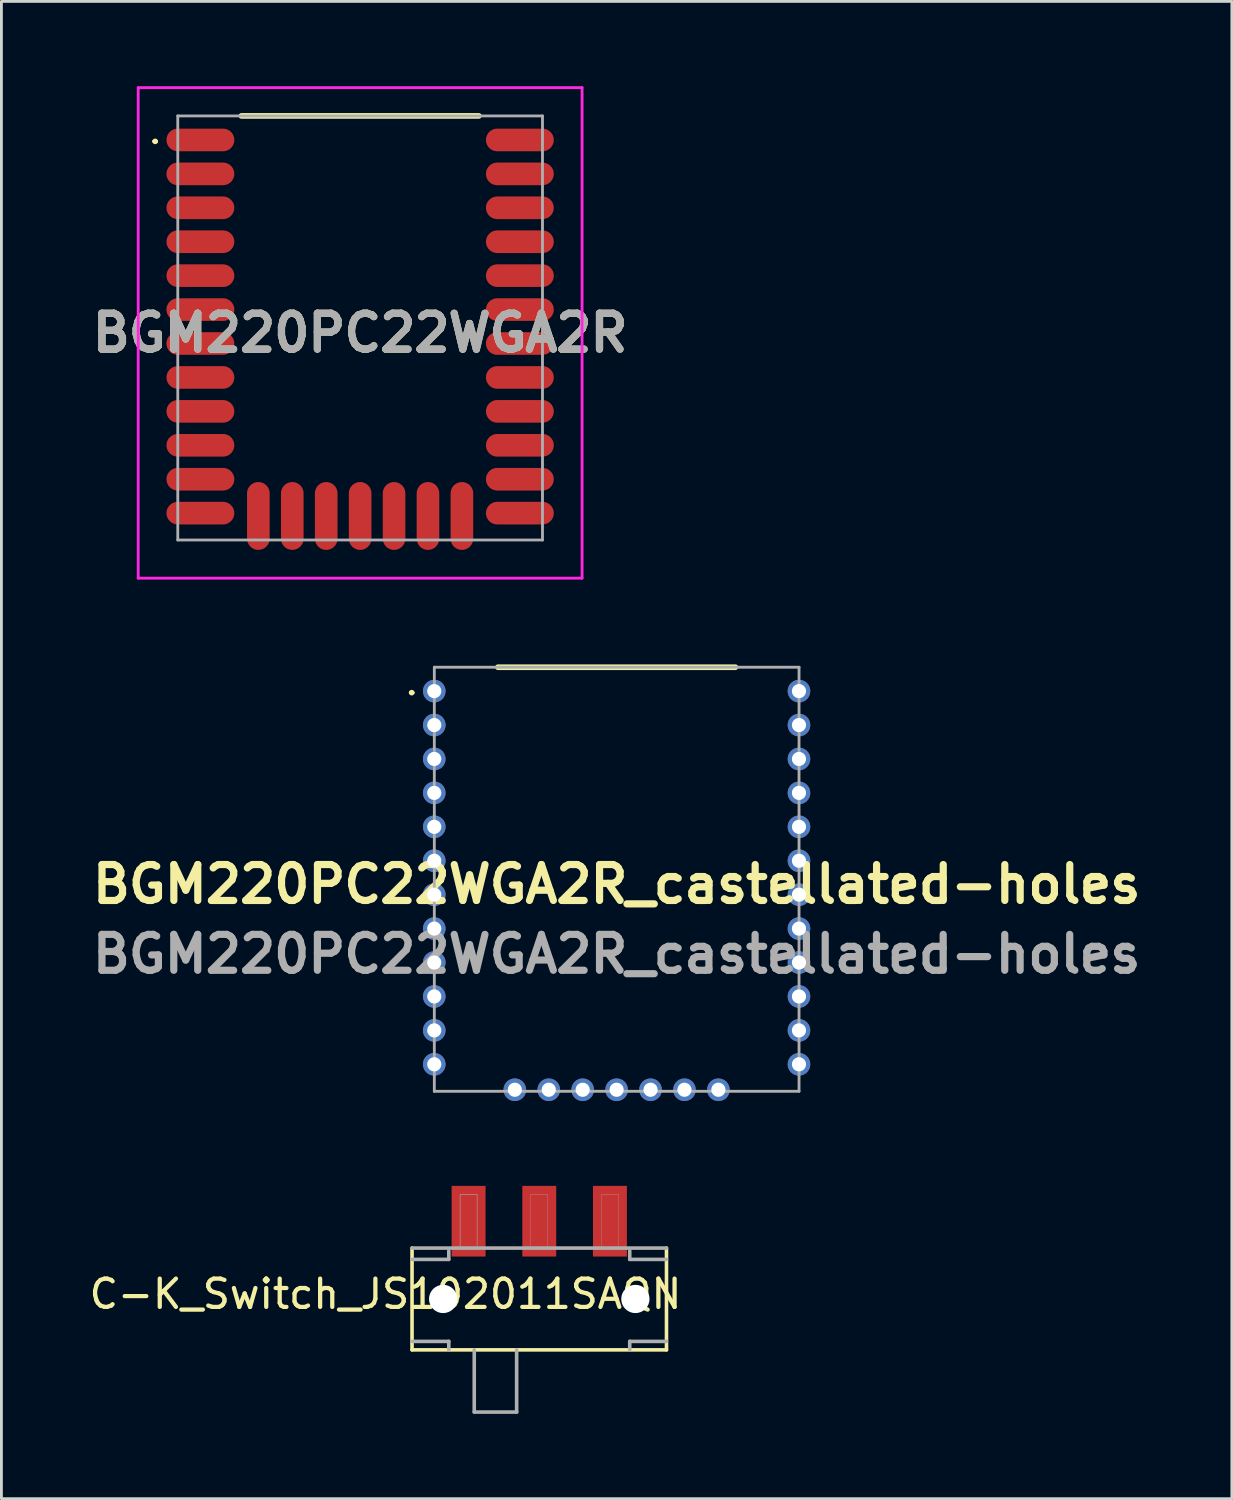
<source format=kicad_pcb>
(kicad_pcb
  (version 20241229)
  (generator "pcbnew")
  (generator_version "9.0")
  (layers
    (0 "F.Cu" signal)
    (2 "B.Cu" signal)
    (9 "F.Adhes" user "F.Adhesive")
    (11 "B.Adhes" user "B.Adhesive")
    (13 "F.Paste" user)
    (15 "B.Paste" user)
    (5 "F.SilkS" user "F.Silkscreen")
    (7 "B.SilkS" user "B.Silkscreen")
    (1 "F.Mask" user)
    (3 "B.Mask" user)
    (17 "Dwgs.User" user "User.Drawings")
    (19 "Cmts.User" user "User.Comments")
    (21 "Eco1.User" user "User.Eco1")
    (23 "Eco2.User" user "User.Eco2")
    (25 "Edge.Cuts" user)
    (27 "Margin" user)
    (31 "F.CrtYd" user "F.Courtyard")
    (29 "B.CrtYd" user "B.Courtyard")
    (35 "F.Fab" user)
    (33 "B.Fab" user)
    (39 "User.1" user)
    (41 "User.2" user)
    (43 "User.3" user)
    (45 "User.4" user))
  (footprint "BGM220PC22WGA2R_castellated-holes"
    (layer "F.Cu")
    (at 15.16 35.495)
    (property "Reference" "BGM220PC22WGA2R_castellated-holes" (at 3.602 -7.27 0) (layer "F.SilkS") (effects (font (size 1.27 1.27) (thickness 0.254))))
    (attr smd)
    (fp_line (start -3.698 -14.045) (end -3.698 -14.045) (stroke (width 0.1) (type solid)) (layer "F.SilkS"))
    (fp_line (start -3.598 -14.045) (end -3.598 -14.045) (stroke (width 0.1) (type solid)) (layer "F.SilkS"))
    (fp_line (start -0.598 -14.945) (end 7.802 -14.945) (stroke (width 0.2) (type solid)) (layer "F.SilkS"))
    (fp_arc (start -3.6984 -14.0452) (mid -3.6484 -14.0952) (end -3.5984 -14.0452) (stroke (width 0.1) (type solid)) (layer "F.SilkS"))
    (fp_arc (start -3.5984 -14.0452) (mid -3.6484 -13.9952) (end -3.6984 -14.0452) (stroke (width 0.1) (type solid)) (layer "F.SilkS"))
    (fp_line (start -2.848 -14.945) (end 10.052 -14.945) (stroke (width 0.1) (type solid)) (layer "F.Fab"))
    (fp_line (start -2.848 0.055) (end -2.848 -14.945) (stroke (width 0.1) (type solid)) (layer "F.Fab"))
    (fp_line (start 10.052 -14.945) (end 10.052 0.055) (stroke (width 0.1) (type solid)) (layer "F.Fab"))
    (fp_line (start 10.052 0.055) (end -2.848 0.055) (stroke (width 0.1) (type solid)) (layer "F.Fab"))
    (fp_text user "${REFERENCE}" (at 3.6 -4.8 0) (layer "F.Fab") (effects (font (size 1.27 1.27) (thickness 0.254))))
    (pad "1" thru_hole circle (at -2.85 -14.1) (size 0.8 0.8) (drill 0.5) (layers "*.Cu" "*.Mask"))
    (pad "2" thru_hole circle (at -2.85 -12.9) (size 0.8 0.8) (drill 0.5) (layers "*.Cu" "*.Mask"))
    (pad "3" thru_hole circle (at -2.85 -11.7) (size 0.8 0.8) (drill 0.5) (layers "*.Cu" "*.Mask"))
    (pad "4" thru_hole circle (at -2.85 -10.5) (size 0.8 0.8) (drill 0.5) (layers "*.Cu" "*.Mask"))
    (pad "5" thru_hole circle (at -2.85 -9.3) (size 0.8 0.8) (drill 0.5) (layers "*.Cu" "*.Mask"))
    (pad "6" thru_hole circle (at -2.85 -8.1) (size 0.8 0.8) (drill 0.5) (layers "*.Cu" "*.Mask"))
    (pad "7" thru_hole circle (at -2.85 -6.9) (size 0.8 0.8) (drill 0.5) (layers "*.Cu" "*.Mask"))
    (pad "8" thru_hole circle (at -2.85 -5.7) (size 0.8 0.8) (drill 0.5) (layers "*.Cu" "*.Mask"))
    (pad "9" thru_hole circle (at -2.85 -4.5) (size 0.8 0.8) (drill 0.5) (layers "*.Cu" "*.Mask"))
    (pad "10" thru_hole circle (at -2.85 -3.3) (size 0.8 0.8) (drill 0.5) (layers "*.Cu" "*.Mask"))
    (pad "11" thru_hole circle (at -2.85 -2.1) (size 0.8 0.8) (drill 0.5) (layers "*.Cu" "*.Mask"))
    (pad "12" thru_hole circle (at -2.85 -0.9) (size 0.8 0.8) (drill 0.5) (layers "*.Cu" "*.Mask"))
    (pad "13" thru_hole circle (at 0 0) (size 0.8 0.8) (drill 0.5) (layers "*.Cu" "*.Mask"))
    (pad "14" thru_hole circle (at 1.2 0) (size 0.8 0.8) (drill 0.5) (layers "*.Cu" "*.Mask"))
    (pad "15" thru_hole circle (at 2.4 0) (size 0.8 0.8) (drill 0.5) (layers "*.Cu" "*.Mask"))
    (pad "16" thru_hole circle (at 3.6 0) (size 0.8 0.8) (drill 0.5) (layers "*.Cu" "*.Mask"))
    (pad "17" thru_hole circle (at 4.8 0) (size 0.8 0.8) (drill 0.5) (layers "*.Cu" "*.Mask"))
    (pad "18" thru_hole circle (at 6 0) (size 0.8 0.8) (drill 0.5) (layers "*.Cu" "*.Mask"))
    (pad "19" thru_hole circle (at 7.2 0) (size 0.8 0.8) (drill 0.5) (layers "*.Cu" "*.Mask"))
    (pad "20" thru_hole circle (at 10.05 -0.9) (size 0.8 0.8) (drill 0.5) (layers "*.Cu" "*.Mask"))
    (pad "21" thru_hole circle (at 10.05 -2.1) (size 0.8 0.8) (drill 0.5) (layers "*.Cu" "*.Mask"))
    (pad "22" thru_hole circle (at 10.05 -3.3) (size 0.8 0.8) (drill 0.5) (layers "*.Cu" "*.Mask"))
    (pad "23" thru_hole circle (at 10.05 -4.5) (size 0.8 0.8) (drill 0.5) (layers "*.Cu" "*.Mask"))
    (pad "24" thru_hole circle (at 10.05 -5.7) (size 0.8 0.8) (drill 0.5) (layers "*.Cu" "*.Mask"))
    (pad "25" thru_hole circle (at 10.05 -6.9) (size 0.8 0.8) (drill 0.5) (layers "*.Cu" "*.Mask"))
    (pad "26" thru_hole circle (at 10.05 -8.1) (size 0.8 0.8) (drill 0.5) (layers "*.Cu" "*.Mask"))
    (pad "27" thru_hole circle (at 10.05 -9.3) (size 0.8 0.8) (drill 0.5) (layers "*.Cu" "*.Mask"))
    (pad "28" thru_hole circle (at 10.05 -10.5) (size 0.8 0.8) (drill 0.5) (layers "*.Cu" "*.Mask"))
    (pad "29" thru_hole circle (at 10.05 -11.7) (size 0.8 0.8) (drill 0.5) (layers "*.Cu" "*.Mask"))
    (pad "30" thru_hole circle (at 10.05 -12.9) (size 0.8 0.8) (drill 0.5) (layers "*.Cu" "*.Mask"))
    (pad "31" thru_hole circle (at 10.05 -14.1) (size 0.8 0.8) (drill 0.5) (layers "*.Cu" "*.Mask")))
  (footprint "BGM220PC22WGA2R"
    (layer "F.Cu")
    (at 9.688 8.55)
    (property "Reference" "BGM220PC22WGA2R" (at 0 0.175 0) (layer "F.SilkS") (effects (font (size 1.27 1.27) (thickness 0.254))))
    (attr smd)
    (fp_line (start -7.3 -6.6) (end -7.3 -6.6) (stroke (width 0.1) (type solid)) (layer "F.SilkS"))
    (fp_line (start -7.2 -6.6) (end -7.2 -6.6) (stroke (width 0.1) (type solid)) (layer "F.SilkS"))
    (fp_line (start -4.2 -7.5) (end 4.2 -7.5) (stroke (width 0.2) (type solid)) (layer "F.SilkS"))
    (fp_arc (start -7.3 -6.6) (mid -7.25 -6.65) (end -7.2 -6.6) (stroke (width 0.1) (type solid)) (layer "F.SilkS"))
    (fp_arc (start -7.2 -6.6) (mid -7.25 -6.55) (end -7.3 -6.6) (stroke (width 0.1) (type solid)) (layer "F.SilkS"))
    (fp_line (start -7.85 -8.5) (end 7.85 -8.5) (stroke (width 0.1) (type solid)) (layer "F.CrtYd"))
    (fp_line (start -7.85 8.85) (end -7.85 -8.5) (stroke (width 0.1) (type solid)) (layer "F.CrtYd"))
    (fp_line (start 7.85 -8.5) (end 7.85 8.85) (stroke (width 0.1) (type solid)) (layer "F.CrtYd"))
    (fp_line (start 7.85 8.85) (end -7.85 8.85) (stroke (width 0.1) (type solid)) (layer "F.CrtYd"))
    (fp_line (start -6.45 -7.5) (end 6.45 -7.5) (stroke (width 0.1) (type solid)) (layer "F.Fab"))
    (fp_line (start -6.45 7.5) (end -6.45 -7.5) (stroke (width 0.1) (type solid)) (layer "F.Fab"))
    (fp_line (start 6.45 -7.5) (end 6.45 7.5) (stroke (width 0.1) (type solid)) (layer "F.Fab"))
    (fp_line (start 6.45 7.5) (end -6.45 7.5) (stroke (width 0.1) (type solid)) (layer "F.Fab"))
    (fp_text user "${REFERENCE}" (at 0 0.175 0) (layer "F.Fab") (effects (font (size 1.27 1.27) (thickness 0.254))))
    (pad "1" smd oval (at -5.65 -6.65 90) (size 0.8 2.4) (layers "F.Cu" "F.Mask" "F.Paste"))
    (pad "2" smd oval (at -5.65 -5.45 90) (size 0.8 2.4) (layers "F.Cu" "F.Mask" "F.Paste"))
    (pad "3" smd oval (at -5.65 -4.25 90) (size 0.8 2.4) (layers "F.Cu" "F.Mask" "F.Paste"))
    (pad "4" smd oval (at -5.65 -3.05 90) (size 0.8 2.4) (layers "F.Cu" "F.Mask" "F.Paste"))
    (pad "5" smd oval (at -5.65 -1.85 90) (size 0.8 2.4) (layers "F.Cu" "F.Mask" "F.Paste"))
    (pad "6" smd oval (at -5.65 -0.65 90) (size 0.8 2.4) (layers "F.Cu" "F.Mask" "F.Paste"))
    (pad "7" smd oval (at -5.65 0.55 90) (size 0.8 2.4) (layers "F.Cu" "F.Mask" "F.Paste"))
    (pad "8" smd oval (at -5.65 1.75 90) (size 0.8 2.4) (layers "F.Cu" "F.Mask" "F.Paste"))
    (pad "9" smd oval (at -5.65 2.95 90) (size 0.8 2.4) (layers "F.Cu" "F.Mask" "F.Paste"))
    (pad "10" smd oval (at -5.65 4.15 90) (size 0.8 2.4) (layers "F.Cu" "F.Mask" "F.Paste"))
    (pad "11" smd oval (at -5.65 5.35 90) (size 0.8 2.4) (layers "F.Cu" "F.Mask" "F.Paste"))
    (pad "12" smd oval (at -5.65 6.55 90) (size 0.8 2.4) (layers "F.Cu" "F.Mask" "F.Paste"))
    (pad "13" smd oval (at -3.6 6.65) (size 0.8 2.4) (layers "F.Cu" "F.Mask" "F.Paste"))
    (pad "14" smd oval (at -2.4 6.65) (size 0.8 2.4) (layers "F.Cu" "F.Mask" "F.Paste"))
    (pad "15" smd oval (at -1.2 6.65) (size 0.8 2.4) (layers "F.Cu" "F.Mask" "F.Paste"))
    (pad "16" smd oval (at 0 6.65) (size 0.8 2.4) (layers "F.Cu" "F.Mask" "F.Paste"))
    (pad "17" smd oval (at 1.2 6.65) (size 0.8 2.4) (layers "F.Cu" "F.Mask" "F.Paste"))
    (pad "18" smd oval (at 2.4 6.65) (size 0.8 2.4) (layers "F.Cu" "F.Mask" "F.Paste"))
    (pad "19" smd oval (at 3.6 6.65) (size 0.8 2.4) (layers "F.Cu" "F.Mask" "F.Paste"))
    (pad "20" smd oval (at 5.65 6.55 90) (size 0.8 2.4) (layers "F.Cu" "F.Mask" "F.Paste"))
    (pad "21" smd oval (at 5.65 5.35 90) (size 0.8 2.4) (layers "F.Cu" "F.Mask" "F.Paste"))
    (pad "22" smd oval (at 5.65 4.15 90) (size 0.8 2.4) (layers "F.Cu" "F.Mask" "F.Paste"))
    (pad "23" smd oval (at 5.65 2.95 90) (size 0.8 2.4) (layers "F.Cu" "F.Mask" "F.Paste"))
    (pad "24" smd oval (at 5.65 1.75 90) (size 0.8 2.4) (layers "F.Cu" "F.Mask" "F.Paste"))
    (pad "25" smd oval (at 5.65 0.55 90) (size 0.8 2.4) (layers "F.Cu" "F.Mask" "F.Paste"))
    (pad "26" smd oval (at 5.65 -0.65 90) (size 0.8 2.4) (layers "F.Cu" "F.Mask" "F.Paste"))
    (pad "27" smd oval (at 5.65 -1.85 90) (size 0.8 2.4) (layers "F.Cu" "F.Mask" "F.Paste"))
    (pad "28" smd oval (at 5.65 -3.05 90) (size 0.8 2.4) (layers "F.Cu" "F.Mask" "F.Paste"))
    (pad "29" smd oval (at 5.65 -4.25 90) (size 0.8 2.4) (layers "F.Cu" "F.Mask" "F.Paste"))
    (pad "30" smd oval (at 5.65 -5.45 90) (size 0.8 2.4) (layers "F.Cu" "F.Mask" "F.Paste"))
    (pad "31" smd oval (at 5.65 -6.65 90) (size 0.8 2.4) (layers "F.Cu" "F.Mask" "F.Paste")))
  (footprint "C-K_Switch_JS102011SAQN"
    (layer "F.Cu")
    (at 16.024 42.895)
    (property "Reference" "C-K_Switch_JS102011SAQN" (at -5.439 -0.175 180) (layer "F.SilkS") (effects (font (size 1.001 1.001) (thickness 0.15))))
    (attr smd)
    (fp_line (start -4.5 -1.8) (end -4.5 1.8) (stroke (width 0.127) (type solid)) (layer "F.SilkS"))
    (fp_line (start -4.5 1.8) (end 4.5 1.8) (stroke (width 0.127) (type solid)) (layer "F.SilkS"))
    (fp_line (start 4.5 -1.8) (end 4.5 1.8) (stroke (width 0.127) (type solid)) (layer "F.SilkS"))
    (fp_line (start -4.5 -1.8) (end 4.5 -1.8) (stroke (width 0.127) (type solid)) (layer "F.Fab"))
    (fp_line (start -4.5 -1.4) (end -3.2 -1.4) (stroke (width 0.127) (type solid)) (layer "F.Fab"))
    (fp_line (start -4.5 1.5) (end -3.2 1.5) (stroke (width 0.127) (type solid)) (layer "F.Fab"))
    (fp_line (start -3.2 -1.7) (end -3.2 -1.4) (stroke (width 0.127) (type solid)) (layer "F.Fab"))
    (fp_line (start -3.2 1.5) (end -3.2 1.8) (stroke (width 0.127) (type solid)) (layer "F.Fab"))
    (fp_line (start -2.3 1.8) (end -2.3 4) (stroke (width 0.127) (type solid)) (layer "F.Fab"))
    (fp_line (start -2.3 4) (end -0.8 4) (stroke (width 0.127) (type solid)) (layer "F.Fab"))
    (fp_line (start -0.8 4) (end -0.8 1.8) (stroke (width 0.127) (type solid)) (layer "F.Fab"))
    (fp_line (start 3.2 -1.7) (end 3.2 -1.4) (stroke (width 0.127) (type solid)) (layer "F.Fab"))
    (fp_line (start 3.2 -1.4) (end 4.5 -1.4) (stroke (width 0.127) (type solid)) (layer "F.Fab"))
    (fp_line (start 3.2 1.5) (end 3.2 1.8) (stroke (width 0.127) (type solid)) (layer "F.Fab"))
    (fp_line (start 3.2 1.5) (end 4.5 1.5) (stroke (width 0.127) (type solid)) (layer "F.Fab"))
    (fp_poly (pts (xy -2.801 -3.7) (xy -2.2 -3.7) (xy -2.2 -1.801) (xy -2.801 -1.801)) (stroke (width 0.01) (type solid)) (fill no) (layer "F.Fab"))
    (fp_poly (pts (xy -2.801 -3.7) (xy -2.2 -3.7) (xy -2.2 -1.801) (xy -2.801 -1.801)) (stroke (width 0.01) (type solid)) (fill no) (layer "F.Fab"))
    (fp_poly (pts (xy -0.3 -3.7) (xy 0.3 -3.7) (xy 0.3 -1.8) (xy -0.3 -1.8)) (stroke (width 0.01) (type solid)) (fill no) (layer "F.Fab"))
    (fp_poly (pts (xy 2.204 -3.7) (xy 2.8 -3.7) (xy 2.8 -1.803) (xy 2.204 -1.803)) (stroke (width 0.01) (type solid)) (fill no) (layer "F.Fab"))
    (pad "" np_thru_hole circle (at -3.4 0) (size 1 1) (drill 1) (layers "*.Cu" "*.Mask"))
    (pad "" np_thru_hole circle (at 3.4 0) (size 1 1) (drill 1) (layers "*.Cu" "*.Mask"))
    (pad "1" smd rect (at -2.5 -2.75) (size 1.2 2.5) (layers "F.Cu" "F.Mask" "F.Paste"))
    (pad "2" smd rect (at 0 -2.75) (size 1.2 2.5) (layers "F.Cu" "F.Mask" "F.Paste"))
    (pad "3" smd rect (at 2.5 -2.75) (size 1.2 2.5) (layers "F.Cu" "F.Mask" "F.Paste")))
  (gr_rect
    (start -3 -3)
    (end 40.521 49.959)
    (stroke (width 0.1) (type default))
    (fill no)
    (layer "Edge.Cuts")))
</source>
